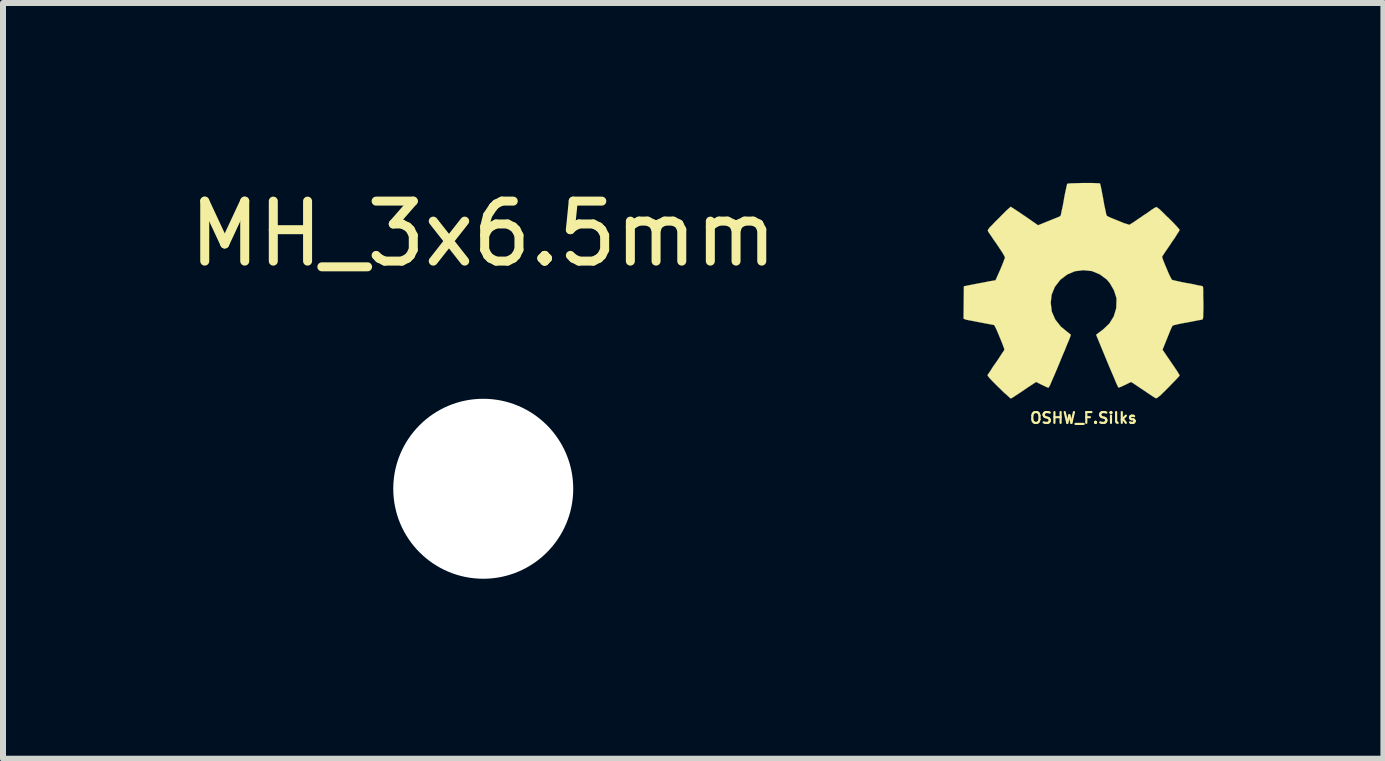
<source format=kicad_pcb>
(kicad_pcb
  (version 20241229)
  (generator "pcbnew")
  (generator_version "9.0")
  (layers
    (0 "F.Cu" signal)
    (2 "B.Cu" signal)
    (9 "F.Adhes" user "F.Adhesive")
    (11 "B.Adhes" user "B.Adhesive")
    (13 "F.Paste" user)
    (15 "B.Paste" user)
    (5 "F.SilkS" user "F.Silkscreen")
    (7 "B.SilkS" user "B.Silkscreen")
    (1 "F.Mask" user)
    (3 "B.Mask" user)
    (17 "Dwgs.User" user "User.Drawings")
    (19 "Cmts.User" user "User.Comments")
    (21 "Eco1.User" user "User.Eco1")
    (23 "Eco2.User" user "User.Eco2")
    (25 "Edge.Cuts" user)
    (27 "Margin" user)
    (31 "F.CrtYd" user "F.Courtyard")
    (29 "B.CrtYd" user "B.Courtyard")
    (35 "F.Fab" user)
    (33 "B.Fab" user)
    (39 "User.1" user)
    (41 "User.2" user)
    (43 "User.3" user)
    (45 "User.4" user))
  (footprint "OSHW_F.Silks"
    (layer "F.Cu")
    (at 15.012 1.797)
    (property "Reference" "OSHW_F.Silks" (at 0 2.121 0) (layer "F.SilkS") (effects (font (size 0.18 0.18) (thickness 0.036))))
    (attr through_hole)
    (fp_poly (pts (xy -1.212 1.796) (xy -1.191 1.786) (xy -1.143 1.755) (xy -1.077 1.712) (xy -0.998 1.659) (xy -0.919 1.605) (xy -0.853 1.562) (xy -0.808 1.532) (xy -0.79 1.521) (xy -0.78 1.524) (xy -0.742 1.544) (xy -0.686 1.572) (xy -0.655 1.587) (xy -0.605 1.61) (xy -0.579 1.615) (xy -0.577 1.608) (xy -0.556 1.57) (xy -0.528 1.504) (xy -0.49 1.417) (xy -0.447 1.316) (xy -0.401 1.206) (xy -0.356 1.095) (xy -0.31 0.988) (xy -0.272 0.892) (xy -0.239 0.815) (xy -0.218 0.759) (xy -0.211 0.737) (xy -0.213 0.732) (xy -0.239 0.709) (xy -0.282 0.676) (xy -0.378 0.597) (xy -0.47 0.48) (xy -0.528 0.348) (xy -0.546 0.201) (xy -0.531 0.066) (xy -0.478 -0.064) (xy -0.386 -0.183) (xy -0.274 -0.269) (xy -0.145 -0.325) (xy 0 -0.343) (xy 0.14 -0.328) (xy 0.272 -0.274) (xy 0.391 -0.185) (xy 0.439 -0.127) (xy 0.508 -0.008) (xy 0.549 0.119) (xy 0.551 0.15) (xy 0.546 0.292) (xy 0.505 0.427) (xy 0.432 0.546) (xy 0.328 0.645) (xy 0.315 0.655) (xy 0.267 0.691) (xy 0.236 0.714) (xy 0.211 0.734) (xy 0.389 1.166) (xy 0.417 1.234) (xy 0.467 1.351) (xy 0.511 1.453) (xy 0.544 1.534) (xy 0.569 1.587) (xy 0.579 1.61) (xy 0.594 1.613) (xy 0.627 1.6) (xy 0.688 1.572) (xy 0.729 1.552) (xy 0.775 1.529) (xy 0.795 1.521) (xy 0.813 1.532) (xy 0.856 1.56) (xy 0.919 1.603) (xy 0.996 1.654) (xy 1.069 1.704) (xy 1.138 1.75) (xy 1.186 1.781) (xy 1.212 1.793) (xy 1.214 1.793) (xy 1.234 1.781) (xy 1.275 1.75) (xy 1.333 1.694) (xy 1.415 1.613) (xy 1.427 1.6) (xy 1.496 1.529) (xy 1.552 1.471) (xy 1.59 1.43) (xy 1.603 1.412) (xy 1.59 1.387) (xy 1.56 1.339) (xy 1.514 1.27) (xy 1.46 1.191) (xy 1.318 0.983) (xy 1.397 0.787) (xy 1.42 0.729) (xy 1.45 0.655) (xy 1.473 0.605) (xy 1.486 0.582) (xy 1.506 0.574) (xy 1.56 0.561) (xy 1.638 0.544) (xy 1.73 0.528) (xy 1.819 0.511) (xy 1.897 0.495) (xy 1.956 0.485) (xy 1.981 0.48) (xy 1.986 0.475) (xy 1.991 0.462) (xy 1.996 0.437) (xy 1.996 0.389) (xy 1.999 0.312) (xy 1.999 0.201) (xy 1.999 0.191) (xy 1.996 0.084) (xy 1.996 0) (xy 1.994 -0.053) (xy 1.989 -0.074) (xy 1.963 -0.081) (xy 1.908 -0.091) (xy 1.829 -0.109) (xy 1.732 -0.127) (xy 1.727 -0.127) (xy 1.633 -0.145) (xy 1.554 -0.163) (xy 1.499 -0.175) (xy 1.476 -0.183) (xy 1.471 -0.188) (xy 1.45 -0.226) (xy 1.422 -0.284) (xy 1.392 -0.356) (xy 1.361 -0.429) (xy 1.333 -0.498) (xy 1.316 -0.546) (xy 1.311 -0.569) (xy 1.326 -0.592) (xy 1.359 -0.643) (xy 1.405 -0.709) (xy 1.46 -0.79) (xy 1.463 -0.798) (xy 1.519 -0.876) (xy 1.562 -0.945) (xy 1.593 -0.993) (xy 1.603 -1.013) (xy 1.603 -1.016) (xy 1.585 -1.039) (xy 1.544 -1.085) (xy 1.486 -1.146) (xy 1.415 -1.217) (xy 1.392 -1.237) (xy 1.316 -1.313) (xy 1.262 -1.364) (xy 1.227 -1.389) (xy 1.212 -1.397) (xy 1.212 -1.394) (xy 1.186 -1.382) (xy 1.135 -1.349) (xy 1.067 -1.3) (xy 0.986 -1.247) (xy 0.98 -1.242) (xy 0.902 -1.189) (xy 0.836 -1.143) (xy 0.787 -1.113) (xy 0.767 -1.1) (xy 0.762 -1.1) (xy 0.732 -1.11) (xy 0.673 -1.128) (xy 0.605 -1.156) (xy 0.531 -1.186) (xy 0.462 -1.214) (xy 0.411 -1.237) (xy 0.389 -1.25) (xy 0.389 -1.252) (xy 0.378 -1.28) (xy 0.366 -1.341) (xy 0.348 -1.422) (xy 0.33 -1.521) (xy 0.328 -1.537) (xy 0.31 -1.631) (xy 0.295 -1.709) (xy 0.282 -1.765) (xy 0.277 -1.788) (xy 0.264 -1.791) (xy 0.216 -1.793) (xy 0.145 -1.796) (xy 0.058 -1.796) (xy -0.03 -1.796) (xy -0.117 -1.793) (xy -0.193 -1.791) (xy -0.246 -1.788) (xy -0.269 -1.783) (xy -0.272 -1.781) (xy -0.279 -1.753) (xy -0.292 -1.692) (xy -0.31 -1.61) (xy -0.328 -1.511) (xy -0.33 -1.494) (xy -0.348 -1.4) (xy -0.366 -1.321) (xy -0.376 -1.267) (xy -0.384 -1.247) (xy -0.391 -1.242) (xy -0.429 -1.224) (xy -0.493 -1.199) (xy -0.574 -1.166) (xy -0.757 -1.092) (xy -0.98 -1.247) (xy -1.001 -1.26) (xy -1.082 -1.316) (xy -1.148 -1.359) (xy -1.194 -1.389) (xy -1.214 -1.4) (xy -1.237 -1.379) (xy -1.283 -1.339) (xy -1.344 -1.278) (xy -1.412 -1.209) (xy -1.466 -1.156) (xy -1.527 -1.092) (xy -1.567 -1.052) (xy -1.587 -1.024) (xy -1.595 -1.006) (xy -1.593 -0.996) (xy -1.58 -0.973) (xy -1.547 -0.925) (xy -1.501 -0.856) (xy -1.445 -0.777) (xy -1.4 -0.709) (xy -1.351 -0.635) (xy -1.321 -0.582) (xy -1.308 -0.554) (xy -1.311 -0.544) (xy -1.328 -0.5) (xy -1.354 -0.432) (xy -1.387 -0.353) (xy -1.466 -0.175) (xy -1.582 -0.155) (xy -1.654 -0.14) (xy -1.753 -0.122) (xy -1.847 -0.104) (xy -1.994 -0.074) (xy -1.999 0.465) (xy -1.976 0.475) (xy -1.953 0.483) (xy -1.9 0.493) (xy -1.821 0.508) (xy -1.73 0.526) (xy -1.651 0.541) (xy -1.572 0.556) (xy -1.516 0.566) (xy -1.491 0.572) (xy -1.483 0.582) (xy -1.463 0.62) (xy -1.435 0.681) (xy -1.405 0.754) (xy -1.374 0.828) (xy -1.346 0.899) (xy -1.326 0.953) (xy -1.318 0.98) (xy -1.328 1.001) (xy -1.359 1.046) (xy -1.402 1.113) (xy -1.455 1.191) (xy -1.511 1.27) (xy -1.554 1.339) (xy -1.587 1.387) (xy -1.6 1.407) (xy -1.593 1.422) (xy -1.562 1.46) (xy -1.504 1.521) (xy -1.415 1.61) (xy -1.4 1.623) (xy -1.331 1.692) (xy -1.27 1.745) (xy -1.229 1.783) (xy -1.212 1.796)) (stroke (width 0.003) (type solid)) (fill yes) (layer "F.SilkS")))
  (footprint "MH_3x6.5mm"
    (layer "F.Cu")
    (at 5.006 5.098)
    (property "Reference" "MH_3x6.5mm" (at 0 -4.25 0) (layer "F.SilkS") (effects (font (size 1 1) (thickness 0.15))))
    (attr through_hole)
    (pad "" np_thru_hole circle (at 0 0) (size 3 3) (drill 3) (layers "*.Cu" "*.Mask")))
  (gr_rect
    (start -3 -3)
    (end 20.012 9.598)
    (stroke (width 0.1) (type default))
    (fill no)
    (layer "Edge.Cuts")))
</source>
